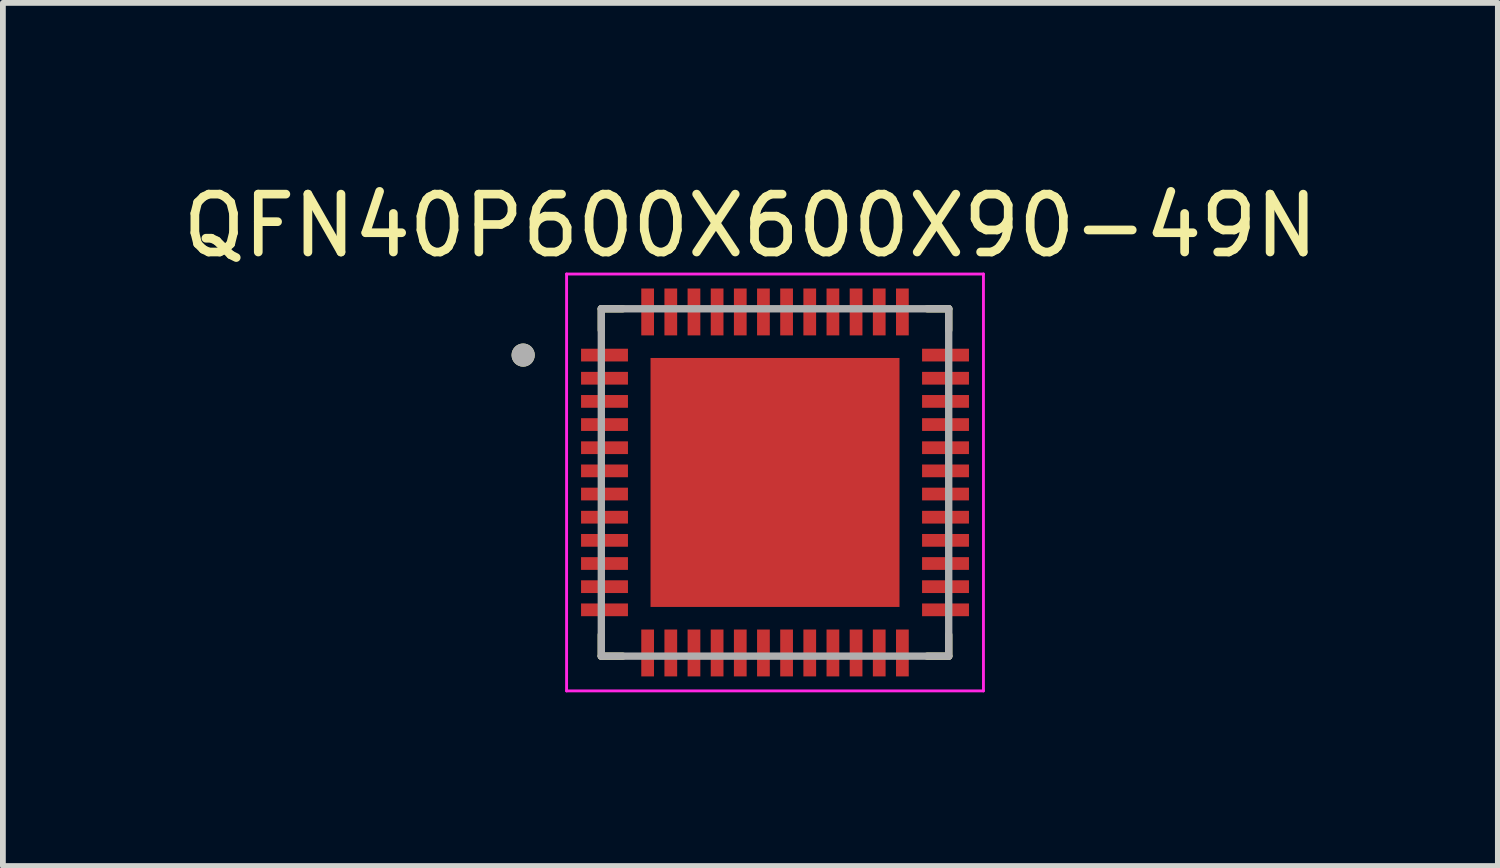
<source format=kicad_pcb>
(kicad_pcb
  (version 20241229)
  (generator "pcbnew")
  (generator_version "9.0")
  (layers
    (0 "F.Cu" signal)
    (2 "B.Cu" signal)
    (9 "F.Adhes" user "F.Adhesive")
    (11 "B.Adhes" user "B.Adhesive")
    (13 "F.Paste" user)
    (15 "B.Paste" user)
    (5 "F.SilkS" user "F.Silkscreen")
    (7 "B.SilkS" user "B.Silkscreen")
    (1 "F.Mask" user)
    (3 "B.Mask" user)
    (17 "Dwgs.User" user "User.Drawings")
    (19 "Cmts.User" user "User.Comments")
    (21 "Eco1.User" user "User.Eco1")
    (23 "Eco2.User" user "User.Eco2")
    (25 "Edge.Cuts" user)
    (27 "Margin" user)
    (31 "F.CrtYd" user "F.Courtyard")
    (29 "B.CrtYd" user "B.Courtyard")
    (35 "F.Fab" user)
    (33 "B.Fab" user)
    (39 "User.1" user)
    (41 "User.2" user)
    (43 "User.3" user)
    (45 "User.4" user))
  (footprint "QFN40P600X600X90-49N"
    (layer "F.Cu")
    (at 10.336 5.283)
    (property "Reference" "QFN40P600X600X90-49N" (at -0.425 -4.435 0) (layer "F.SilkS") (effects (font (size 1 1) (thickness 0.15))))
    (attr smd)
    (fp_poly (pts (xy -3.4 -2.36) (xy -2.49 -2.36) (xy -2.49 -2.04) (xy -3.4 -2.04)) (stroke (width 0.01) (type solid)) (fill yes) (layer "F.Mask"))
    (fp_poly (pts (xy -3.4 -1.96) (xy -2.49 -1.96) (xy -2.49 -1.64) (xy -3.4 -1.64)) (stroke (width 0.01) (type solid)) (fill yes) (layer "F.Mask"))
    (fp_poly (pts (xy -3.4 -1.56) (xy -2.49 -1.56) (xy -2.49 -1.24) (xy -3.4 -1.24)) (stroke (width 0.01) (type solid)) (fill yes) (layer "F.Mask"))
    (fp_poly (pts (xy -3.4 -1.16) (xy -2.49 -1.16) (xy -2.49 -0.84) (xy -3.4 -0.84)) (stroke (width 0.01) (type solid)) (fill yes) (layer "F.Mask"))
    (fp_poly (pts (xy -3.4 -0.76) (xy -2.49 -0.76) (xy -2.49 -0.44) (xy -3.4 -0.44)) (stroke (width 0.01) (type solid)) (fill yes) (layer "F.Mask"))
    (fp_poly (pts (xy -3.4 -0.36) (xy -2.49 -0.36) (xy -2.49 -0.04) (xy -3.4 -0.04)) (stroke (width 0.01) (type solid)) (fill yes) (layer "F.Mask"))
    (fp_poly (pts (xy -3.4 0.04) (xy -2.49 0.04) (xy -2.49 0.36) (xy -3.4 0.36)) (stroke (width 0.01) (type solid)) (fill yes) (layer "F.Mask"))
    (fp_poly (pts (xy -3.4 0.44) (xy -2.49 0.44) (xy -2.49 0.76) (xy -3.4 0.76)) (stroke (width 0.01) (type solid)) (fill yes) (layer "F.Mask"))
    (fp_poly (pts (xy -3.4 0.84) (xy -2.49 0.84) (xy -2.49 1.16) (xy -3.4 1.16)) (stroke (width 0.01) (type solid)) (fill yes) (layer "F.Mask"))
    (fp_poly (pts (xy -3.4 1.24) (xy -2.49 1.24) (xy -2.49 1.56) (xy -3.4 1.56)) (stroke (width 0.01) (type solid)) (fill yes) (layer "F.Mask"))
    (fp_poly (pts (xy -3.4 1.64) (xy -2.49 1.64) (xy -2.49 1.96) (xy -3.4 1.96)) (stroke (width 0.01) (type solid)) (fill yes) (layer "F.Mask"))
    (fp_poly (pts (xy -3.4 2.04) (xy -2.49 2.04) (xy -2.49 2.36) (xy -3.4 2.36)) (stroke (width 0.01) (type solid)) (fill yes) (layer "F.Mask"))
    (fp_poly (pts (xy -2.36 -3.4) (xy -2.04 -3.4) (xy -2.04 -2.49) (xy -2.36 -2.49)) (stroke (width 0.01) (type solid)) (fill yes) (layer "F.Mask"))
    (fp_poly (pts (xy -2.36 2.49) (xy -2.04 2.49) (xy -2.04 3.4) (xy -2.36 3.4)) (stroke (width 0.01) (type solid)) (fill yes) (layer "F.Mask"))
    (fp_poly (pts (xy -1.96 -3.4) (xy -1.64 -3.4) (xy -1.64 -2.49) (xy -1.96 -2.49)) (stroke (width 0.01) (type solid)) (fill yes) (layer "F.Mask"))
    (fp_poly (pts (xy -1.96 2.49) (xy -1.64 2.49) (xy -1.64 3.4) (xy -1.96 3.4)) (stroke (width 0.01) (type solid)) (fill yes) (layer "F.Mask"))
    (fp_poly (pts (xy -1.56 -3.4) (xy -1.24 -3.4) (xy -1.24 -2.49) (xy -1.56 -2.49)) (stroke (width 0.01) (type solid)) (fill yes) (layer "F.Mask"))
    (fp_poly (pts (xy -1.56 2.49) (xy -1.24 2.49) (xy -1.24 3.4) (xy -1.56 3.4)) (stroke (width 0.01) (type solid)) (fill yes) (layer "F.Mask"))
    (fp_poly (pts (xy -1.16 -3.4) (xy -0.84 -3.4) (xy -0.84 -2.49) (xy -1.16 -2.49)) (stroke (width 0.01) (type solid)) (fill yes) (layer "F.Mask"))
    (fp_poly (pts (xy -1.16 2.49) (xy -0.84 2.49) (xy -0.84 3.4) (xy -1.16 3.4)) (stroke (width 0.01) (type solid)) (fill yes) (layer "F.Mask"))
    (fp_poly (pts (xy -0.76 -3.4) (xy -0.44 -3.4) (xy -0.44 -2.49) (xy -0.76 -2.49)) (stroke (width 0.01) (type solid)) (fill yes) (layer "F.Mask"))
    (fp_poly (pts (xy -0.76 2.49) (xy -0.44 2.49) (xy -0.44 3.4) (xy -0.76 3.4)) (stroke (width 0.01) (type solid)) (fill yes) (layer "F.Mask"))
    (fp_poly (pts (xy -0.36 -3.4) (xy -0.04 -3.4) (xy -0.04 -2.49) (xy -0.36 -2.49)) (stroke (width 0.01) (type solid)) (fill yes) (layer "F.Mask"))
    (fp_poly (pts (xy -0.36 2.49) (xy -0.04 2.49) (xy -0.04 3.4) (xy -0.36 3.4)) (stroke (width 0.01) (type solid)) (fill yes) (layer "F.Mask"))
    (fp_poly (pts (xy 0.04 -3.4) (xy 0.36 -3.4) (xy 0.36 -2.49) (xy 0.04 -2.49)) (stroke (width 0.01) (type solid)) (fill yes) (layer "F.Mask"))
    (fp_poly (pts (xy 0.04 2.49) (xy 0.36 2.49) (xy 0.36 3.4) (xy 0.04 3.4)) (stroke (width 0.01) (type solid)) (fill yes) (layer "F.Mask"))
    (fp_poly (pts (xy 0.44 -3.4) (xy 0.76 -3.4) (xy 0.76 -2.49) (xy 0.44 -2.49)) (stroke (width 0.01) (type solid)) (fill yes) (layer "F.Mask"))
    (fp_poly (pts (xy 0.44 2.49) (xy 0.76 2.49) (xy 0.76 3.4) (xy 0.44 3.4)) (stroke (width 0.01) (type solid)) (fill yes) (layer "F.Mask"))
    (fp_poly (pts (xy 0.84 -3.4) (xy 1.16 -3.4) (xy 1.16 -2.49) (xy 0.84 -2.49)) (stroke (width 0.01) (type solid)) (fill yes) (layer "F.Mask"))
    (fp_poly (pts (xy 0.84 2.49) (xy 1.16 2.49) (xy 1.16 3.4) (xy 0.84 3.4)) (stroke (width 0.01) (type solid)) (fill yes) (layer "F.Mask"))
    (fp_poly (pts (xy 1.24 -3.4) (xy 1.56 -3.4) (xy 1.56 -2.49) (xy 1.24 -2.49)) (stroke (width 0.01) (type solid)) (fill yes) (layer "F.Mask"))
    (fp_poly (pts (xy 1.24 2.49) (xy 1.56 2.49) (xy 1.56 3.4) (xy 1.24 3.4)) (stroke (width 0.01) (type solid)) (fill yes) (layer "F.Mask"))
    (fp_poly (pts (xy 1.64 -3.4) (xy 1.96 -3.4) (xy 1.96 -2.49) (xy 1.64 -2.49)) (stroke (width 0.01) (type solid)) (fill yes) (layer "F.Mask"))
    (fp_poly (pts (xy 1.64 2.49) (xy 1.96 2.49) (xy 1.96 3.4) (xy 1.64 3.4)) (stroke (width 0.01) (type solid)) (fill yes) (layer "F.Mask"))
    (fp_poly (pts (xy 2.04 -3.4) (xy 2.36 -3.4) (xy 2.36 -2.49) (xy 2.04 -2.49)) (stroke (width 0.01) (type solid)) (fill yes) (layer "F.Mask"))
    (fp_poly (pts (xy 2.04 2.49) (xy 2.36 2.49) (xy 2.36 3.4) (xy 2.04 3.4)) (stroke (width 0.01) (type solid)) (fill yes) (layer "F.Mask"))
    (fp_poly (pts (xy 2.49 -2.36) (xy 3.4 -2.36) (xy 3.4 -2.04) (xy 2.49 -2.04)) (stroke (width 0.01) (type solid)) (fill yes) (layer "F.Mask"))
    (fp_poly (pts (xy 2.49 -1.96) (xy 3.4 -1.96) (xy 3.4 -1.64) (xy 2.49 -1.64)) (stroke (width 0.01) (type solid)) (fill yes) (layer "F.Mask"))
    (fp_poly (pts (xy 2.49 -1.56) (xy 3.4 -1.56) (xy 3.4 -1.24) (xy 2.49 -1.24)) (stroke (width 0.01) (type solid)) (fill yes) (layer "F.Mask"))
    (fp_poly (pts (xy 2.49 -1.16) (xy 3.4 -1.16) (xy 3.4 -0.84) (xy 2.49 -0.84)) (stroke (width 0.01) (type solid)) (fill yes) (layer "F.Mask"))
    (fp_poly (pts (xy 2.49 -0.76) (xy 3.4 -0.76) (xy 3.4 -0.44) (xy 2.49 -0.44)) (stroke (width 0.01) (type solid)) (fill yes) (layer "F.Mask"))
    (fp_poly (pts (xy 2.49 -0.36) (xy 3.4 -0.36) (xy 3.4 -0.04) (xy 2.49 -0.04)) (stroke (width 0.01) (type solid)) (fill yes) (layer "F.Mask"))
    (fp_poly (pts (xy 2.49 0.04) (xy 3.4 0.04) (xy 3.4 0.36) (xy 2.49 0.36)) (stroke (width 0.01) (type solid)) (fill yes) (layer "F.Mask"))
    (fp_poly (pts (xy 2.49 0.44) (xy 3.4 0.44) (xy 3.4 0.76) (xy 2.49 0.76)) (stroke (width 0.01) (type solid)) (fill yes) (layer "F.Mask"))
    (fp_poly (pts (xy 2.49 0.84) (xy 3.4 0.84) (xy 3.4 1.16) (xy 2.49 1.16)) (stroke (width 0.01) (type solid)) (fill yes) (layer "F.Mask"))
    (fp_poly (pts (xy 2.49 1.24) (xy 3.4 1.24) (xy 3.4 1.56) (xy 2.49 1.56)) (stroke (width 0.01) (type solid)) (fill yes) (layer "F.Mask"))
    (fp_poly (pts (xy 2.49 1.64) (xy 3.4 1.64) (xy 3.4 1.96) (xy 2.49 1.96)) (stroke (width 0.01) (type solid)) (fill yes) (layer "F.Mask"))
    (fp_poly (pts (xy 2.49 2.04) (xy 3.4 2.04) (xy 3.4 2.36) (xy 2.49 2.36)) (stroke (width 0.01) (type solid)) (fill yes) (layer "F.Mask"))
    (fp_line (start -3 -2.63) (end -3 -3) (stroke (width 0.127) (type solid)) (layer "F.SilkS"))
    (fp_line (start -3 3) (end -3 2.63) (stroke (width 0.127) (type solid)) (layer "F.SilkS"))
    (fp_line (start -2.63 -3) (end -3 -3) (stroke (width 0.127) (type solid)) (layer "F.SilkS"))
    (fp_line (start -2.63 3) (end -3 3) (stroke (width 0.127) (type solid)) (layer "F.SilkS"))
    (fp_line (start 3 -3) (end 2.63 -3) (stroke (width 0.127) (type solid)) (layer "F.SilkS"))
    (fp_line (start 3 -2.63) (end 3 -3) (stroke (width 0.127) (type solid)) (layer "F.SilkS"))
    (fp_line (start 3 3) (end 2.63 3) (stroke (width 0.127) (type solid)) (layer "F.SilkS"))
    (fp_line (start 3 3) (end 3 2.63) (stroke (width 0.127) (type solid)) (layer "F.SilkS"))
    (fp_circle (center -4.35 -2.2) (end -4.25 -2.2) (stroke (width 0.2) (type solid)) (fill no) (layer "F.SilkS"))
    (fp_poly (pts (xy -1.625 -1.625) (xy -0.265 -1.625) (xy -0.265 -0.265) (xy -1.625 -0.265)) (stroke (width 0.01) (type solid)) (fill yes) (layer "F.Paste"))
    (fp_poly (pts (xy -1.625 0.265) (xy -0.265 0.265) (xy -0.265 1.625) (xy -1.625 1.625)) (stroke (width 0.01) (type solid)) (fill yes) (layer "F.Paste"))
    (fp_poly (pts (xy 0.265 -1.625) (xy 1.625 -1.625) (xy 1.625 -0.265) (xy 0.265 -0.265)) (stroke (width 0.01) (type solid)) (fill yes) (layer "F.Paste"))
    (fp_poly (pts (xy 0.265 0.265) (xy 1.625 0.265) (xy 1.625 1.625) (xy 0.265 1.625)) (stroke (width 0.01) (type solid)) (fill yes) (layer "F.Paste"))
    (fp_line (start -3.6 -3.6) (end -3.6 3.6) (stroke (width 0.05) (type solid)) (layer "F.CrtYd"))
    (fp_line (start -3.6 3.6) (end 3.6 3.6) (stroke (width 0.05) (type solid)) (layer "F.CrtYd"))
    (fp_line (start 3.6 -3.6) (end -3.6 -3.6) (stroke (width 0.05) (type solid)) (layer "F.CrtYd"))
    (fp_line (start 3.6 3.6) (end 3.6 -3.6) (stroke (width 0.05) (type solid)) (layer "F.CrtYd"))
    (fp_line (start -3 3) (end -3 -3) (stroke (width 0.127) (type solid)) (layer "F.Fab"))
    (fp_line (start 3 -3) (end -3 -3) (stroke (width 0.127) (type solid)) (layer "F.Fab"))
    (fp_line (start 3 3) (end -3 3) (stroke (width 0.127) (type solid)) (layer "F.Fab"))
    (fp_line (start 3 3) (end 3 -3) (stroke (width 0.127) (type solid)) (layer "F.Fab"))
    (fp_circle (center -4.35 -2.2) (end -4.25 -2.2) (stroke (width 0.2) (type solid)) (fill no) (layer "F.Fab"))
    (pad "1" smd rect (at -2.945 -2.2) (size 0.81 0.22) (layers "F.Cu" "F.Paste"))
    (pad "2" smd rect (at -2.945 -1.8) (size 0.81 0.22) (layers "F.Cu" "F.Paste"))
    (pad "3" smd rect (at -2.945 -1.4) (size 0.81 0.22) (layers "F.Cu" "F.Paste"))
    (pad "4" smd rect (at -2.945 -1) (size 0.81 0.22) (layers "F.Cu" "F.Paste"))
    (pad "5" smd rect (at -2.945 -0.6) (size 0.81 0.22) (layers "F.Cu" "F.Paste"))
    (pad "6" smd rect (at -2.945 -0.2) (size 0.81 0.22) (layers "F.Cu" "F.Paste"))
    (pad "7" smd rect (at -2.945 0.2) (size 0.81 0.22) (layers "F.Cu" "F.Paste"))
    (pad "8" smd rect (at -2.945 0.6) (size 0.81 0.22) (layers "F.Cu" "F.Paste"))
    (pad "9" smd rect (at -2.945 1) (size 0.81 0.22) (layers "F.Cu" "F.Paste"))
    (pad "10" smd rect (at -2.945 1.4) (size 0.81 0.22) (layers "F.Cu" "F.Paste"))
    (pad "11" smd rect (at -2.945 1.8) (size 0.81 0.22) (layers "F.Cu" "F.Paste"))
    (pad "12" smd rect (at -2.945 2.2) (size 0.81 0.22) (layers "F.Cu" "F.Paste"))
    (pad "13" smd rect (at -2.2 2.945) (size 0.22 0.81) (layers "F.Cu" "F.Paste"))
    (pad "14" smd rect (at -1.8 2.945) (size 0.22 0.81) (layers "F.Cu" "F.Paste"))
    (pad "15" smd rect (at -1.4 2.945) (size 0.22 0.81) (layers "F.Cu" "F.Paste"))
    (pad "16" smd rect (at -1 2.945) (size 0.22 0.81) (layers "F.Cu" "F.Paste"))
    (pad "17" smd rect (at -0.6 2.945) (size 0.22 0.81) (layers "F.Cu" "F.Paste"))
    (pad "18" smd rect (at -0.2 2.945) (size 0.22 0.81) (layers "F.Cu" "F.Paste"))
    (pad "19" smd rect (at 0.2 2.945) (size 0.22 0.81) (layers "F.Cu" "F.Paste"))
    (pad "20" smd rect (at 0.6 2.945) (size 0.22 0.81) (layers "F.Cu" "F.Paste"))
    (pad "21" smd rect (at 1 2.945) (size 0.22 0.81) (layers "F.Cu" "F.Paste"))
    (pad "22" smd rect (at 1.4 2.945) (size 0.22 0.81) (layers "F.Cu" "F.Paste"))
    (pad "23" smd rect (at 1.8 2.945) (size 0.22 0.81) (layers "F.Cu" "F.Paste"))
    (pad "24" smd rect (at 2.2 2.945) (size 0.22 0.81) (layers "F.Cu" "F.Paste"))
    (pad "25" smd rect (at 2.945 2.2) (size 0.81 0.22) (layers "F.Cu" "F.Paste"))
    (pad "26" smd rect (at 2.945 1.8) (size 0.81 0.22) (layers "F.Cu" "F.Paste"))
    (pad "27" smd rect (at 2.945 1.4) (size 0.81 0.22) (layers "F.Cu" "F.Paste"))
    (pad "28" smd rect (at 2.945 1) (size 0.81 0.22) (layers "F.Cu" "F.Paste"))
    (pad "29" smd rect (at 2.945 0.6) (size 0.81 0.22) (layers "F.Cu" "F.Paste"))
    (pad "30" smd rect (at 2.945 0.2) (size 0.81 0.22) (layers "F.Cu" "F.Paste"))
    (pad "31" smd rect (at 2.945 -0.2) (size 0.81 0.22) (layers "F.Cu" "F.Paste"))
    (pad "32" smd rect (at 2.945 -0.6) (size 0.81 0.22) (layers "F.Cu" "F.Paste"))
    (pad "33" smd rect (at 2.945 -1) (size 0.81 0.22) (layers "F.Cu" "F.Paste"))
    (pad "34" smd rect (at 2.945 -1.4) (size 0.81 0.22) (layers "F.Cu" "F.Paste"))
    (pad "35" smd rect (at 2.945 -1.8) (size 0.81 0.22) (layers "F.Cu" "F.Paste"))
    (pad "36" smd rect (at 2.945 -2.2) (size 0.81 0.22) (layers "F.Cu" "F.Paste"))
    (pad "37" smd rect (at 2.2 -2.945) (size 0.22 0.81) (layers "F.Cu" "F.Paste"))
    (pad "38" smd rect (at 1.8 -2.945) (size 0.22 0.81) (layers "F.Cu" "F.Paste"))
    (pad "39" smd rect (at 1.4 -2.945) (size 0.22 0.81) (layers "F.Cu" "F.Paste"))
    (pad "40" smd rect (at 1 -2.945) (size 0.22 0.81) (layers "F.Cu" "F.Paste"))
    (pad "41" smd rect (at 0.6 -2.945) (size 0.22 0.81) (layers "F.Cu" "F.Paste"))
    (pad "42" smd rect (at 0.2 -2.945) (size 0.22 0.81) (layers "F.Cu" "F.Paste"))
    (pad "43" smd rect (at -0.2 -2.945) (size 0.22 0.81) (layers "F.Cu" "F.Paste"))
    (pad "44" smd rect (at -0.6 -2.945) (size 0.22 0.81) (layers "F.Cu" "F.Paste"))
    (pad "45" smd rect (at -1 -2.945) (size 0.22 0.81) (layers "F.Cu" "F.Paste"))
    (pad "46" smd rect (at -1.4 -2.945) (size 0.22 0.81) (layers "F.Cu" "F.Paste"))
    (pad "47" smd rect (at -1.8 -2.945) (size 0.22 0.81) (layers "F.Cu" "F.Paste"))
    (pad "48" smd rect (at -2.2 -2.945) (size 0.22 0.81) (layers "F.Cu" "F.Paste"))
    (pad "49" smd rect (at 0 0) (size 4.3 4.3) (layers "F.Cu" "F.Mask")))
  (gr_rect
    (start -3 -3)
    (end 22.821 11.908)
    (stroke (width 0.1) (type default))
    (fill no)
    (layer "Edge.Cuts")))
</source>
